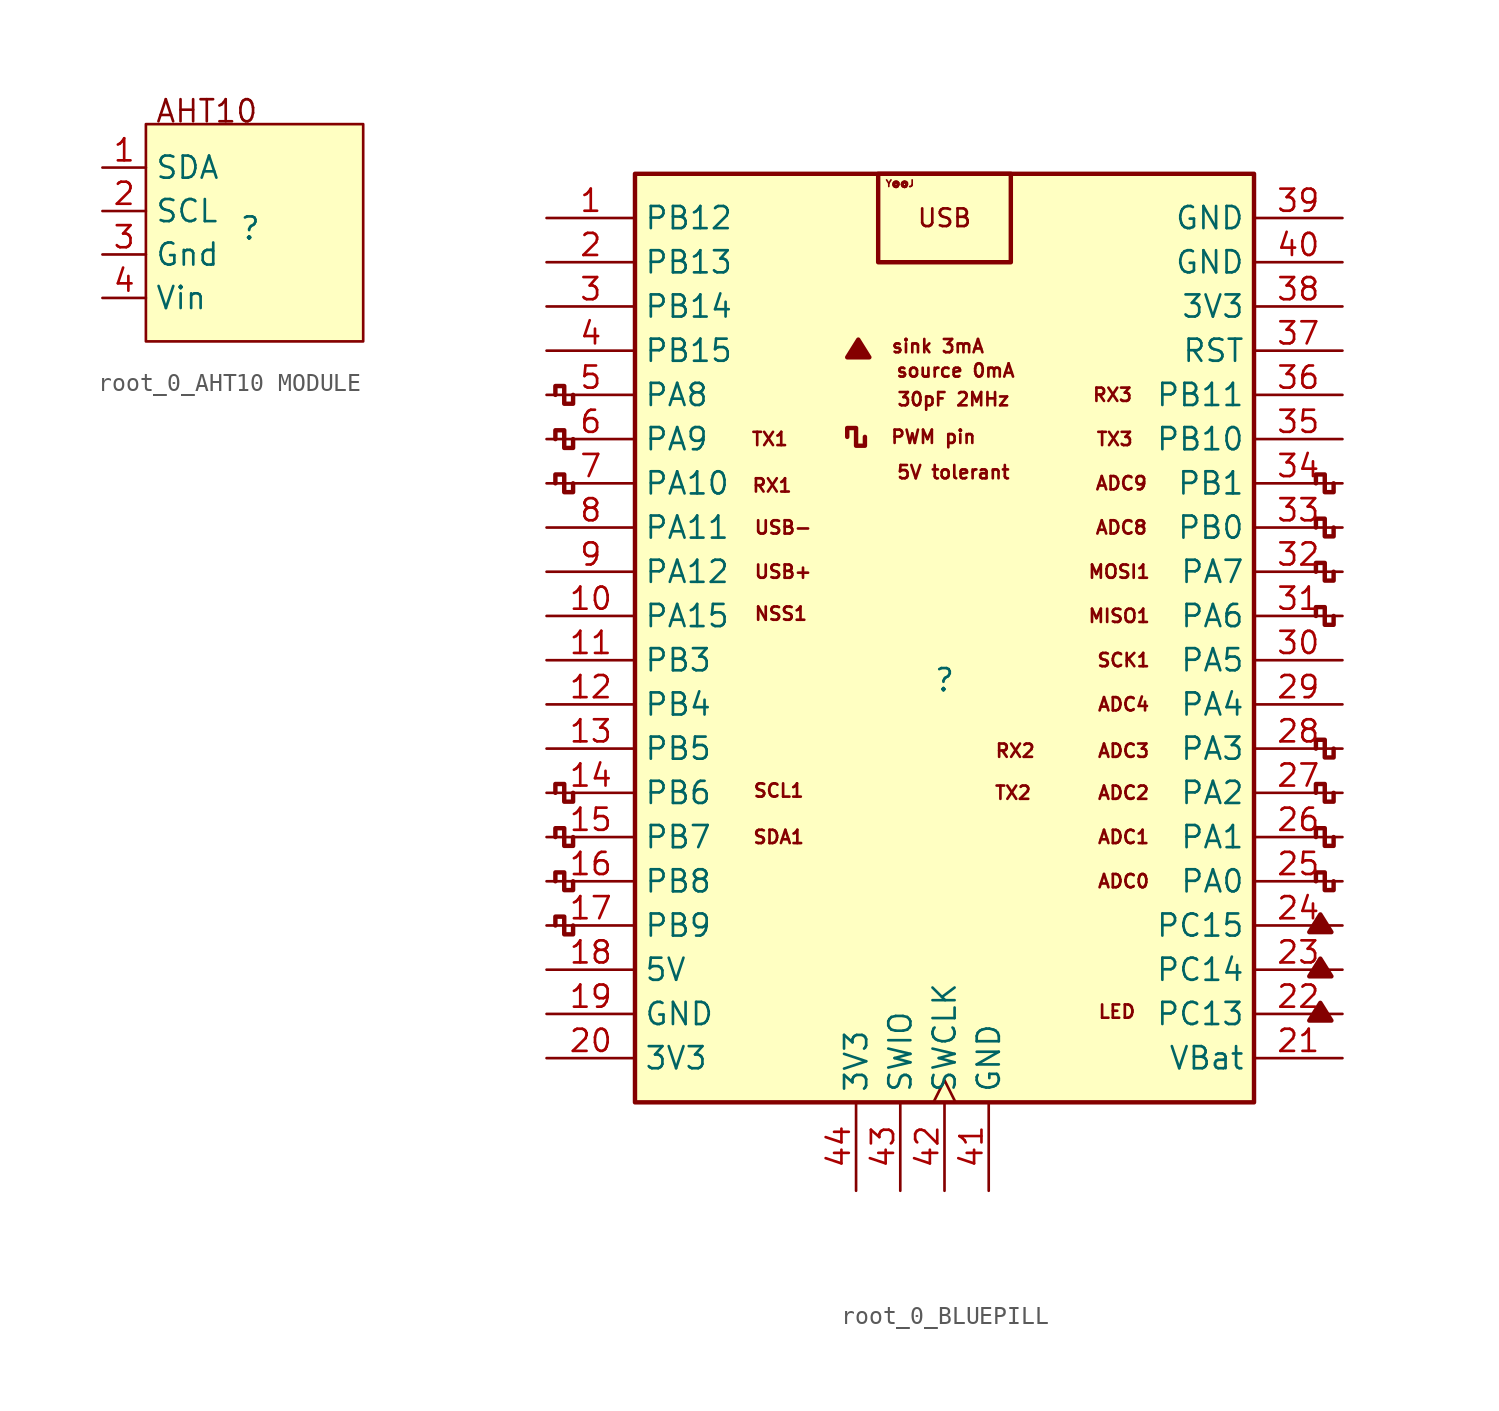
<source format=kicad_sym>
(kicad_symbol_lib
  (version 20220914)
  (generator kicad_symbol_editor)
  (symbol "root_0_AHT10 MODULE"
    (property "Reference" ""
      (at 0 0 0)
      (effects (font (size 1.27 1.27))))
    (property "Value" ""
      (at 0 0 0)
      (effects (font (size 1.27 1.27))))
    (symbol "root_0_AHT10 MODULE_1_0"
      (rectangle (start 6.5 6) (end -6 -6.5) (stroke (width 0) (type solid)) (fill (type background)))
      (text "AHT10" (at -5.5 6 0) (effects (font (size 1.27 1.27)) (justify left bottom)))
      (pin power_in line (at -8.5 3.5 0) (length 2.5) (name "SDA" (effects (font (size 1.27 1.27)))) (number "1" (effects (font (size 1.27 1.27)))))
      (pin power_in line (at -8.5 1 0) (length 2.5) (name "SCL" (effects (font (size 1.27 1.27)))) (number "2" (effects (font (size 1.27 1.27)))))
      (pin power_in line (at -8.5 -1.5 0) (length 2.5) (name "Gnd" (effects (font (size 1.27 1.27)))) (number "3" (effects (font (size 1.27 1.27)))))
      (pin power_in line (at -8.5 -4 0) (length 2.5) (name "Vin" (effects (font (size 1.27 1.27)))) (number "4" (effects (font (size 1.27 1.27)))))))
  (symbol "root_0_BLUEPILL"
    (property "Reference" ""
      (at 0 0 0)
      (effects (font (size 1.27 1.27))))
    (property "Value" ""
      (at 0 0 0)
      (effects (font (size 1.27 1.27))))
    (symbol "root_0_BLUEPILL_1_0"
      (arc (start -17.932 -16.6361) (mid -18.644 -16.638) (end -17.932 -16.6399) (stroke (width 0.254) (type solid)) (fill (type none)))
      (arc (start -17.932 -14.0961) (mid -18.644 -14.098) (end -17.932 -14.0999) (stroke (width 0.254) (type solid)) (fill (type none)))
      (arc (start -17.932 -11.5561) (mid -18.644 -11.558) (end -17.932 -11.5599) (stroke (width 0.254) (type solid)) (fill (type none)))
      (arc (start -17.932 -9.0161) (mid -18.644 -9.018) (end -17.932 -9.0199) (stroke (width 0.254) (type solid)) (fill (type none)))
      (arc (start -17.932 -6.4761) (mid -18.644 -6.478) (end -17.932 -6.4799) (stroke (width 0.254) (type solid)) (fill (type none)))
      (arc (start -17.932 -3.9361) (mid -18.644 -3.938) (end -17.932 -3.9399) (stroke (width 0.254) (type solid)) (fill (type none)))
      (arc (start -17.932 -1.3961) (mid -18.644 -1.398) (end -17.932 -1.3999) (stroke (width 0.254) (type solid)) (fill (type none)))
      (arc (start -17.932 1.1439) (mid -18.644 1.142) (end -17.932 1.1401) (stroke (width 0.254) (type solid)) (fill (type none)))
      (arc (start -17.932 3.6839) (mid -18.644 3.682) (end -17.932 3.6801) (stroke (width 0.254) (type solid)) (fill (type none)))
      (arc (start -17.932 6.2239) (mid -18.644 6.222) (end -17.932 6.2201) (stroke (width 0.254) (type solid)) (fill (type none)))
      (arc (start -17.932 8.7639) (mid -18.644 8.762) (end -17.932 8.7601) (stroke (width 0.254) (type solid)) (fill (type none)))
      (arc (start -17.932 11.3039) (mid -18.644 11.302) (end -17.932 11.3001) (stroke (width 0.254) (type solid)) (fill (type none)))
      (arc (start -17.932 13.8439) (mid -18.644 13.842) (end -17.932 13.8401) (stroke (width 0.254) (type solid)) (fill (type none)))
      (arc (start -17.932 16.3839) (mid -18.644 16.382) (end -17.932 16.3801) (stroke (width 0.254) (type solid)) (fill (type none)))
      (arc (start -17.932 18.9239) (mid -18.644 18.922) (end -17.932 18.9201) (stroke (width 0.254) (type solid)) (fill (type none)))
      (arc (start -17.932 21.4639) (mid -18.644 21.462) (end -17.932 21.4601) (stroke (width 0.254) (type solid)) (fill (type none)))
      (arc (start -17.932 24.0039) (mid -18.644 24.002) (end -17.932 24.0001) (stroke (width 0.254) (type solid)) (fill (type none)))
      (arc (start -17.932 26.5439) (mid -18.644 26.542) (end -17.932 26.5401) (stroke (width 0.254) (type solid)) (fill (type none)))
      (arc (start -4.826 11.9388) (mid -5.08 11.936) (end -4.826 11.9332) (stroke (width 0.254) (type solid)) (fill (type none)))
      (arc (start -4.699 11.9388) (mid -5.207 11.936) (end -4.699 11.9332) (stroke (width 0.254) (type solid)) (fill (type none)))
      (arc (start -4.597 11.9389) (mid -5.309 11.937) (end -4.597 11.9351) (stroke (width 0.254) (type solid)) (fill (type none)))
      (polyline (pts (xy -21.336 -14.096) (xy -21.336 -14.604) (xy -21.336 -14.604) (xy -21.844 -14.604) (xy -21.844 -14.604) (xy -21.844 -13.588) (xy -21.844 -13.588) (xy -22.352 -13.588) (xy -22.352 -13.588) (xy -22.352 -14.096)) (stroke (width 0.254) (type solid) (color 132 0 0 1)) (fill (type none)))
      (polyline (pts (xy -21.336 -11.556) (xy -21.336 -12.064) (xy -21.336 -12.064) (xy -21.844 -12.064) (xy -21.844 -12.064) (xy -21.844 -11.048) (xy -21.844 -11.048) (xy -22.352 -11.048) (xy -22.352 -11.048) (xy -22.352 -11.556)) (stroke (width 0.254) (type solid) (color 132 0 0 1)) (fill (type none)))
      (polyline (pts (xy -21.336 -9.016) (xy -21.336 -9.524) (xy -21.336 -9.524) (xy -21.844 -9.524) (xy -21.844 -9.524) (xy -21.844 -8.508) (xy -21.844 -8.508) (xy -22.352 -8.508) (xy -22.352 -8.508) (xy -22.352 -9.016)) (stroke (width 0.254) (type solid) (color 132 0 0 1)) (fill (type none)))
      (polyline (pts (xy -21.336 -6.476) (xy -21.336 -6.984) (xy -21.336 -6.984) (xy -21.844 -6.984) (xy -21.844 -6.984) (xy -21.844 -5.968) (xy -21.844 -5.968) (xy -22.352 -5.968) (xy -22.352 -5.968) (xy -22.352 -6.476)) (stroke (width 0.254) (type solid) (color 132 0 0 1)) (fill (type none)))
      (polyline (pts (xy -21.336 11.304) (xy -21.336 10.796) (xy -21.336 10.796) (xy -21.844 10.796) (xy -21.844 10.796) (xy -21.844 11.812) (xy -21.844 11.812) (xy -22.352 11.812) (xy -22.352 11.812) (xy -22.352 11.304)) (stroke (width 0.254) (type solid) (color 132 0 0 1)) (fill (type none)))
      (polyline (pts (xy -21.336 13.844) (xy -21.336 13.336) (xy -21.336 13.336) (xy -21.844 13.336) (xy -21.844 13.336) (xy -21.844 14.352) (xy -21.844 14.352) (xy -22.352 14.352) (xy -22.352 14.352) (xy -22.352 13.844)) (stroke (width 0.254) (type solid) (color 132 0 0 1)) (fill (type none)))
      (polyline (pts (xy -21.336 16.384) (xy -21.336 15.876) (xy -21.336 15.876) (xy -21.844 15.876) (xy -21.844 15.876) (xy -21.844 16.892) (xy -21.844 16.892) (xy -22.352 16.892) (xy -22.352 16.892) (xy -22.352 16.384)) (stroke (width 0.254) (type solid) (color 132 0 0 1)) (fill (type none)))
      (polyline (pts (xy -4.572 13.971) (xy -4.572 13.463) (xy -4.572 13.463) (xy -5.08 13.463) (xy -5.08 13.463) (xy -5.08 14.479) (xy -5.08 14.479) (xy -5.588 14.479) (xy -5.588 14.479) (xy -5.588 13.971)) (stroke (width 0.254) (type solid) (color 132 0 0 1)) (fill (type none)))
      (polyline (pts (xy 22.352 -11.556) (xy 22.352 -12.064) (xy 22.352 -12.064) (xy 21.844 -12.064) (xy 21.844 -12.064) (xy 21.844 -11.048) (xy 21.844 -11.048) (xy 21.336 -11.048) (xy 21.336 -11.048) (xy 21.336 -11.556)) (stroke (width 0.254) (type solid) (color 132 0 0 1)) (fill (type none)))
      (polyline (pts (xy 22.352 -9.016) (xy 22.352 -9.524) (xy 22.352 -9.524) (xy 21.844 -9.524) (xy 21.844 -9.524) (xy 21.844 -8.508) (xy 21.844 -8.508) (xy 21.336 -8.508) (xy 21.336 -8.508) (xy 21.336 -9.016)) (stroke (width 0.254) (type solid) (color 132 0 0 1)) (fill (type none)))
      (polyline (pts (xy 22.352 -6.476) (xy 22.352 -6.984) (xy 22.352 -6.984) (xy 21.844 -6.984) (xy 21.844 -6.984) (xy 21.844 -5.968) (xy 21.844 -5.968) (xy 21.336 -5.968) (xy 21.336 -5.968) (xy 21.336 -6.476)) (stroke (width 0.254) (type solid) (color 132 0 0 1)) (fill (type none)))
      (polyline (pts (xy 22.352 -3.936) (xy 22.352 -4.444) (xy 22.352 -4.444) (xy 21.844 -4.444) (xy 21.844 -4.444) (xy 21.844 -3.428) (xy 21.844 -3.428) (xy 21.336 -3.428) (xy 21.336 -3.428) (xy 21.336 -3.936)) (stroke (width 0.254) (type solid) (color 132 0 0 1)) (fill (type none)))
      (polyline (pts (xy 22.352 3.684) (xy 22.352 3.176) (xy 22.352 3.176) (xy 21.844 3.176) (xy 21.844 3.176) (xy 21.844 4.192) (xy 21.844 4.192) (xy 21.336 4.192) (xy 21.336 4.192) (xy 21.336 3.684)) (stroke (width 0.254) (type solid) (color 132 0 0 1)) (fill (type none)))
      (polyline (pts (xy 22.352 6.224) (xy 22.352 5.716) (xy 22.352 5.716) (xy 21.844 5.716) (xy 21.844 5.716) (xy 21.844 6.732) (xy 21.844 6.732) (xy 21.336 6.732) (xy 21.336 6.732) (xy 21.336 6.224)) (stroke (width 0.254) (type solid) (color 132 0 0 1)) (fill (type none)))
      (polyline (pts (xy 22.352 8.764) (xy 22.352 8.256) (xy 22.352 8.256) (xy 21.844 8.256) (xy 21.844 8.256) (xy 21.844 9.272) (xy 21.844 9.272) (xy 21.336 9.272) (xy 21.336 9.272) (xy 21.336 8.764)) (stroke (width 0.254) (type solid) (color 132 0 0 1)) (fill (type none)))
      (polyline (pts (xy 22.352 11.304) (xy 22.352 10.796) (xy 22.352 10.796) (xy 21.844 10.796) (xy 21.844 10.796) (xy 21.844 11.812) (xy 21.844 11.812) (xy 21.336 11.812) (xy 21.336 11.812) (xy 21.336 11.304)) (stroke (width 0.254) (type solid) (color 132 0 0 1)) (fill (type none)))
      (polyline (pts (xy -5.588 18.543) (xy -4.953 19.559) (xy -4.953 19.559) (xy -4.318 18.543) (xy -4.318 18.543) (xy -5.588 18.543) (xy -5.588 18.543) (xy -4.953 19.432) (xy -4.953 19.432) (xy -4.445 18.543) (xy -4.445 18.543) (xy -5.461 18.67) (xy -5.461 18.67) (xy -4.953 19.305) (xy -4.953 19.305) (xy -4.572 18.543) (xy -4.572 18.543) (xy -5.334 18.797) (xy -5.334 18.797) (xy -4.826 19.178) (xy -4.826 19.178) (xy -4.699 18.543) (xy -4.699 18.543) (xy -5.207 18.924) (xy -5.207 18.924) (xy -4.699 19.051) (xy -4.699 19.051) (xy -4.826 18.67) (xy -4.826 18.67) (xy -5.08 18.924) (xy -5.08 18.924) (xy -4.826 18.797) (xy -4.826 18.797) (xy -4.953 19.051)) (stroke (width 0.254) (type solid) (color 132 0 0 1)) (fill (type none)))
      (polyline (pts (xy 20.955 -19.557) (xy 21.59 -18.541) (xy 21.59 -18.541) (xy 22.225 -19.557) (xy 22.225 -19.557) (xy 20.955 -19.557) (xy 20.955 -19.557) (xy 21.59 -18.668) (xy 21.59 -18.668) (xy 22.098 -19.557) (xy 22.098 -19.557) (xy 21.082 -19.43) (xy 21.082 -19.43) (xy 21.59 -18.795) (xy 21.59 -18.795) (xy 21.971 -19.557) (xy 21.971 -19.557) (xy 21.209 -19.303) (xy 21.209 -19.303) (xy 21.717 -18.922) (xy 21.717 -18.922) (xy 21.844 -19.557) (xy 21.844 -19.557) (xy 21.336 -19.176) (xy 21.336 -19.176) (xy 21.844 -19.049) (xy 21.844 -19.049) (xy 21.717 -19.43) (xy 21.717 -19.43) (xy 21.463 -19.176) (xy 21.463 -19.176) (xy 21.717 -19.303) (xy 21.717 -19.303) (xy 21.59 -19.049)) (stroke (width 0.254) (type solid) (color 132 0 0 1)) (fill (type none)))
      (polyline (pts (xy 20.955 -17.017) (xy 21.59 -16.001) (xy 21.59 -16.001) (xy 22.225 -17.017) (xy 22.225 -17.017) (xy 20.955 -17.017) (xy 20.955 -17.017) (xy 21.59 -16.128) (xy 21.59 -16.128) (xy 22.098 -17.017) (xy 22.098 -17.017) (xy 21.082 -16.89) (xy 21.082 -16.89) (xy 21.59 -16.255) (xy 21.59 -16.255) (xy 21.971 -17.017) (xy 21.971 -17.017) (xy 21.209 -16.763) (xy 21.209 -16.763) (xy 21.717 -16.382) (xy 21.717 -16.382) (xy 21.844 -17.017) (xy 21.844 -17.017) (xy 21.336 -16.636) (xy 21.336 -16.636) (xy 21.844 -16.509) (xy 21.844 -16.509) (xy 21.717 -16.89) (xy 21.717 -16.89) (xy 21.463 -16.636) (xy 21.463 -16.636) (xy 21.717 -16.763) (xy 21.717 -16.763) (xy 21.59 -16.509)) (stroke (width 0.254) (type solid) (color 132 0 0 1)) (fill (type none)))
      (polyline (pts (xy 20.955 -14.477) (xy 21.59 -13.461) (xy 21.59 -13.461) (xy 22.225 -14.477) (xy 22.225 -14.477) (xy 20.955 -14.477) (xy 20.955 -14.477) (xy 21.59 -13.588) (xy 21.59 -13.588) (xy 22.098 -14.477) (xy 22.098 -14.477) (xy 21.082 -14.35) (xy 21.082 -14.35) (xy 21.59 -13.715) (xy 21.59 -13.715) (xy 21.971 -14.477) (xy 21.971 -14.477) (xy 21.209 -14.223) (xy 21.209 -14.223) (xy 21.717 -13.842) (xy 21.717 -13.842) (xy 21.844 -14.477) (xy 21.844 -14.477) (xy 21.336 -14.096) (xy 21.336 -14.096) (xy 21.844 -13.969) (xy 21.844 -13.969) (xy 21.717 -14.35) (xy 21.717 -14.35) (xy 21.463 -14.096) (xy 21.463 -14.096) (xy 21.717 -14.223) (xy 21.717 -14.223) (xy 21.59 -13.969)) (stroke (width 0.254) (type solid) (color 132 0 0 1)) (fill (type none)))
      (rectangle (start 3.81 29.084) (end -3.81 24.004) (stroke (width 0.254) (type solid)) (fill (type none)))
      (rectangle (start 17.78 29.084) (end -17.78 -24.256) (stroke (width 0.254) (type solid)) (fill (type background)))
      (arc (start 18.542 13.8438) (mid 18.034 13.841) (end 18.542 13.8382) (stroke (width 0.254) (type solid)) (fill (type none)))
      (arc (start 18.542 16.3838) (mid 18.034 16.381) (end 18.542 16.3782) (stroke (width 0.254) (type solid)) (fill (type none)))
      (arc (start 18.644 13.8439) (mid 17.932 13.842) (end 18.644 13.8401) (stroke (width 0.254) (type solid)) (fill (type none)))
      (arc (start 18.644 16.3839) (mid 17.932 16.382) (end 18.644 16.3801) (stroke (width 0.254) (type solid)) (fill (type none)))
      (text "30pF 2MHz" (at 0.508 16.13 0) (effects (font (size 0.762 0.762))))
      (text "5V tolerant" (at 0.508 11.939 0) (effects (font (size 0.762 0.762))))
      (text "ADC0" (at 10.287 -11.556 0) (effects (font (size 0.762 0.762))))
      (text "ADC1" (at 10.287 -9.016 0) (effects (font (size 0.762 0.762))))
      (text "ADC2" (at 10.287 -6.476 0) (effects (font (size 0.762 0.762))))
      (text "ADC3" (at 10.287 -4.063 0) (effects (font (size 0.762 0.762))))
      (text "ADC4" (at 10.287 -1.396 0) (effects (font (size 0.762 0.762))))
      (text "ADC8" (at 10.16 8.764 0) (effects (font (size 0.762 0.762))))
      (text "ADC9" (at 10.16 11.304 0) (effects (font (size 0.762 0.762))))
      (text "LED" (at 9.906 -19.049 0) (effects (font (size 0.762 0.762))))
      (text "MISO1" (at 10.033 3.684 0) (effects (font (size 0.762 0.762))))
      (text "MOSI1" (at 10.033 6.224 0) (effects (font (size 0.762 0.762))))
      (text "NSS1" (at -9.398 3.811 0) (effects (font (size 0.762 0.762))))
      (text "PWM pin" (at -0.635 13.971 0) (effects (font (size 0.762 0.762))))
      (text "RX1" (at -9.906 11.177 0) (effects (font (size 0.762 0.762))))
      (text "RX2" (at 4.064 -4.063 0) (effects (font (size 0.762 0.762))))
      (text "RX3" (at 9.652 16.384 0) (effects (font (size 0.762 0.762))))
      (text "SCK1" (at 10.287 1.144 0) (effects (font (size 0.762 0.762))))
      (text "SCL1" (at -9.525 -6.349 0) (effects (font (size 0.762 0.762))))
      (text "SDA1" (at -9.525 -9.016 0) (effects (font (size 0.762 0.762))))
      (text "sink 3mA" (at -0.381 19.178 0) (effects (font (size 0.762 0.762))))
      (text "source 0mA" (at 0.635 17.781 0) (effects (font (size 0.762 0.762))))
      (text "TX1" (at -10.033 13.844 0) (effects (font (size 0.762 0.762))))
      (text "TX2" (at 3.937 -6.476 0) (effects (font (size 0.762 0.762))))
      (text "TX3" (at 9.779 13.844 0) (effects (font (size 0.762 0.762))))
      (text "USB" (at 0 26.544 0) (effects (font (size 1.016 1.016))))
      (text "USB+" (at -9.271 6.224 0) (effects (font (size 0.762 0.762))))
      (text "USB-" (at -9.271 8.764 0) (effects (font (size 0.762 0.762))))
      (text "Y@@J" (at -2.565 28.525 0) (effects (font (size 0.381 0.381))))
      (pin passive line (at -22.86 26.544 0) (length 5.08) (name "PB12" (effects (font (size 1.27 1.27)))) (number "1" (effects (font (size 1.27 1.27)))))
      (pin passive line (at -22.86 3.684 0) (length 5.08) (name "PA15" (effects (font (size 1.27 1.27)))) (number "10" (effects (font (size 1.27 1.27)))))
      (pin passive line (at -22.86 1.144 0) (length 5.08) (name "PB3" (effects (font (size 1.27 1.27)))) (number "11" (effects (font (size 1.27 1.27)))))
      (pin passive line (at -22.86 -1.396 0) (length 5.08) (name "PB4" (effects (font (size 1.27 1.27)))) (number "12" (effects (font (size 1.27 1.27)))))
      (pin passive line (at -22.86 -3.936 0) (length 5.08) (name "PB5" (effects (font (size 1.27 1.27)))) (number "13" (effects (font (size 1.27 1.27)))))
      (pin passive line (at -22.86 -6.476 0) (length 5.08) (name "PB6" (effects (font (size 1.27 1.27)))) (number "14" (effects (font (size 1.27 1.27)))))
      (pin passive line (at -22.86 -9.016 0) (length 5.08) (name "PB7" (effects (font (size 1.27 1.27)))) (number "15" (effects (font (size 1.27 1.27)))))
      (pin passive line (at -22.86 -11.556 0) (length 5.08) (name "PB8" (effects (font (size 1.27 1.27)))) (number "16" (effects (font (size 1.27 1.27)))))
      (pin passive line (at -22.86 -14.096 0) (length 5.08) (name "PB9" (effects (font (size 1.27 1.27)))) (number "17" (effects (font (size 1.27 1.27)))))
      (pin passive line (at -22.86 -16.636 0) (length 5.08) (name "5V" (effects (font (size 1.27 1.27)))) (number "18" (effects (font (size 1.27 1.27)))))
      (pin passive line (at -22.86 -19.176 0) (length 5.08) (name "GND" (effects (font (size 1.27 1.27)))) (number "19" (effects (font (size 1.27 1.27)))))
      (pin passive line (at -22.86 24.004 0) (length 5.08) (name "PB13" (effects (font (size 1.27 1.27)))) (number "2" (effects (font (size 1.27 1.27)))))
      (pin passive line (at -22.86 -21.716 0) (length 5.08) (name "3V3" (effects (font (size 1.27 1.27)))) (number "20" (effects (font (size 1.27 1.27)))))
      (pin passive line (at 22.86 -21.716 180) (length 5.08) (name "VBat" (effects (font (size 1.27 1.27)))) (number "21" (effects (font (size 1.27 1.27)))))
      (pin passive line (at 22.86 -19.176 180) (length 5.08) (name "PC13" (effects (font (size 1.27 1.27)))) (number "22" (effects (font (size 1.27 1.27)))))
      (pin passive line (at 22.86 -16.636 180) (length 5.08) (name "PC14" (effects (font (size 1.27 1.27)))) (number "23" (effects (font (size 1.27 1.27)))))
      (pin passive line (at 22.86 -14.096 180) (length 5.08) (name "PC15" (effects (font (size 1.27 1.27)))) (number "24" (effects (font (size 1.27 1.27)))))
      (pin passive line (at 22.86 -11.556 180) (length 5.08) (name "PA0" (effects (font (size 1.27 1.27)))) (number "25" (effects (font (size 1.27 1.27)))))
      (pin passive line (at 22.86 -9.016 180) (length 5.08) (name "PA1" (effects (font (size 1.27 1.27)))) (number "26" (effects (font (size 1.27 1.27)))))
      (pin passive line (at 22.86 -6.476 180) (length 5.08) (name "PA2" (effects (font (size 1.27 1.27)))) (number "27" (effects (font (size 1.27 1.27)))))
      (pin passive line (at 22.86 -3.936 180) (length 5.08) (name "PA3" (effects (font (size 1.27 1.27)))) (number "28" (effects (font (size 1.27 1.27)))))
      (pin passive line (at 22.86 -1.396 180) (length 5.08) (name "PA4" (effects (font (size 1.27 1.27)))) (number "29" (effects (font (size 1.27 1.27)))))
      (pin passive line (at -22.86 21.464 0) (length 5.08) (name "PB14" (effects (font (size 1.27 1.27)))) (number "3" (effects (font (size 1.27 1.27)))))
      (pin passive line (at 22.86 1.144 180) (length 5.08) (name "PA5" (effects (font (size 1.27 1.27)))) (number "30" (effects (font (size 1.27 1.27)))))
      (pin passive line (at 22.86 3.684 180) (length 5.08) (name "PA6" (effects (font (size 1.27 1.27)))) (number "31" (effects (font (size 1.27 1.27)))))
      (pin passive line (at 22.86 6.224 180) (length 5.08) (name "PA7" (effects (font (size 1.27 1.27)))) (number "32" (effects (font (size 1.27 1.27)))))
      (pin passive line (at 22.86 8.764 180) (length 5.08) (name "PB0" (effects (font (size 1.27 1.27)))) (number "33" (effects (font (size 1.27 1.27)))))
      (pin passive line (at 22.86 11.304 180) (length 5.08) (name "PB1" (effects (font (size 1.27 1.27)))) (number "34" (effects (font (size 1.27 1.27)))))
      (pin passive line (at 22.86 13.844 180) (length 5.08) (name "PB10" (effects (font (size 1.27 1.27)))) (number "35" (effects (font (size 1.27 1.27)))))
      (pin passive line (at 22.86 16.384 180) (length 5.08) (name "PB11" (effects (font (size 1.27 1.27)))) (number "36" (effects (font (size 1.27 1.27)))))
      (pin passive line (at 22.86 18.924 180) (length 5.08) (name "RST" (effects (font (size 1.27 1.27)))) (number "37" (effects (font (size 1.27 1.27)))))
      (pin passive line (at 22.86 21.464 180) (length 5.08) (name "3V3" (effects (font (size 1.27 1.27)))) (number "38" (effects (font (size 1.27 1.27)))))
      (pin passive line (at 22.86 26.544 180) (length 5.08) (name "GND" (effects (font (size 1.27 1.27)))) (number "39" (effects (font (size 1.27 1.27)))))
      (pin passive line (at -22.86 18.924 0) (length 5.08) (name "PB15" (effects (font (size 1.27 1.27)))) (number "4" (effects (font (size 1.27 1.27)))))
      (pin passive line (at 22.86 24.004 180) (length 5.08) (name "GND" (effects (font (size 1.27 1.27)))) (number "40" (effects (font (size 1.27 1.27)))))
      (pin passive line (at 2.54 -29.336 90) (length 5.08) (name "GND" (effects (font (size 1.27 1.27)))) (number "41" (effects (font (size 1.27 1.27)))))
      (pin passive clock (at 0 -29.336 90) (length 5.08) (name "SWCLK" (effects (font (size 1.27 1.27)))) (number "42" (effects (font (size 1.27 1.27)))))
      (pin passive line (at -2.54 -29.336 90) (length 5.08) (name "SWIO" (effects (font (size 1.27 1.27)))) (number "43" (effects (font (size 1.27 1.27)))))
      (pin passive line (at -5.08 -29.336 90) (length 5.08) (name "3V3" (effects (font (size 1.27 1.27)))) (number "44" (effects (font (size 1.27 1.27)))))
      (pin passive line (at -22.86 16.384 0) (length 5.08) (name "PA8" (effects (font (size 1.27 1.27)))) (number "5" (effects (font (size 1.27 1.27)))))
      (pin passive line (at -22.86 13.844 0) (length 5.08) (name "PA9" (effects (font (size 1.27 1.27)))) (number "6" (effects (font (size 1.27 1.27)))))
      (pin passive line (at -22.86 11.304 0) (length 5.08) (name "PA10" (effects (font (size 1.27 1.27)))) (number "7" (effects (font (size 1.27 1.27)))))
      (pin passive line (at -22.86 8.764 0) (length 5.08) (name "PA11" (effects (font (size 1.27 1.27)))) (number "8" (effects (font (size 1.27 1.27)))))
      (pin passive line (at -22.86 6.224 0) (length 5.08) (name "PA12" (effects (font (size 1.27 1.27)))) (number "9" (effects (font (size 1.27 1.27))))))))
</source>
